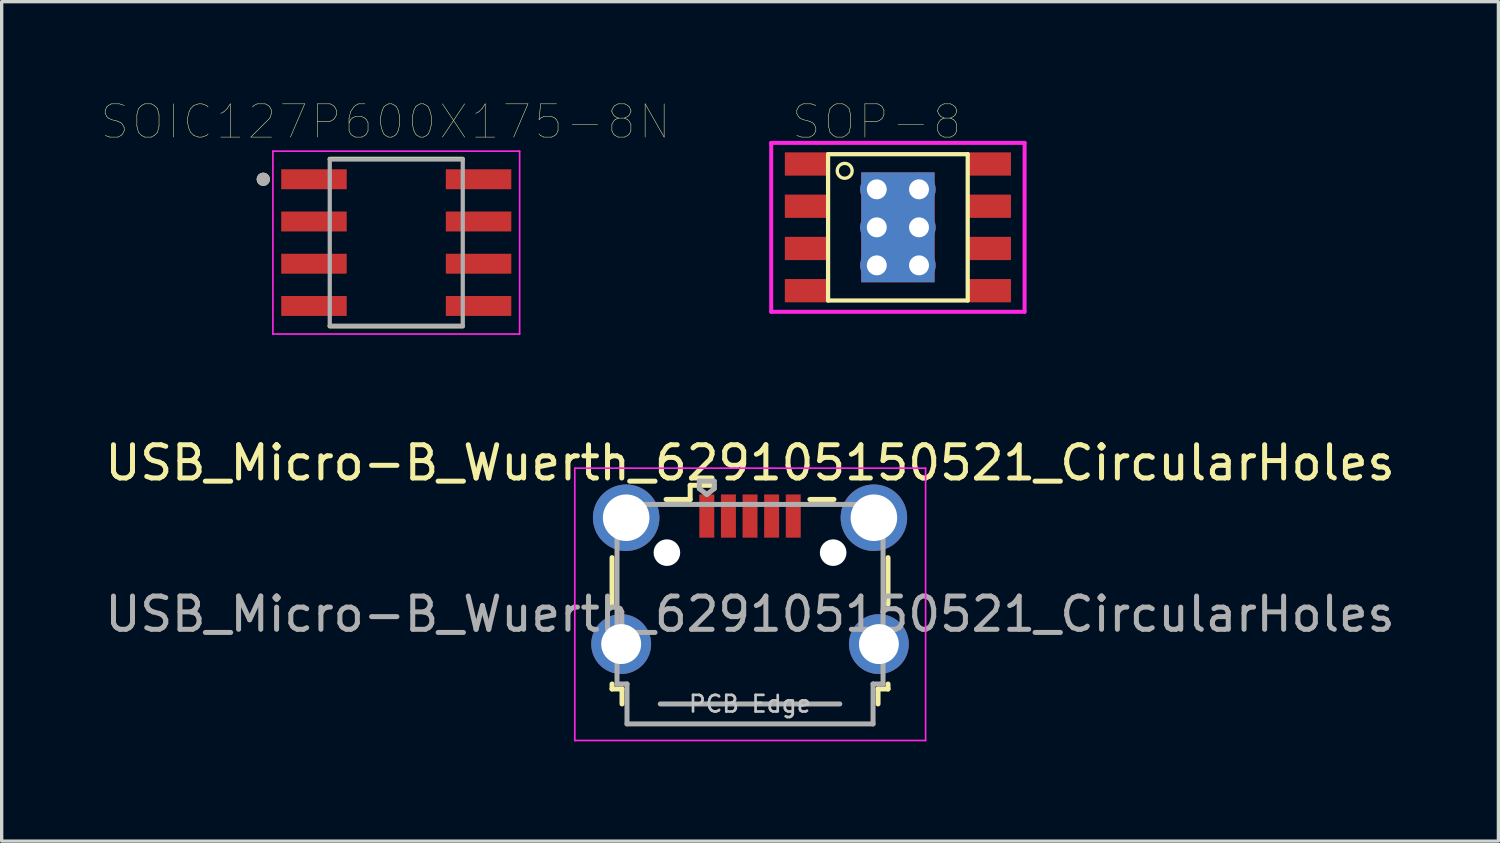
<source format=kicad_pcb>
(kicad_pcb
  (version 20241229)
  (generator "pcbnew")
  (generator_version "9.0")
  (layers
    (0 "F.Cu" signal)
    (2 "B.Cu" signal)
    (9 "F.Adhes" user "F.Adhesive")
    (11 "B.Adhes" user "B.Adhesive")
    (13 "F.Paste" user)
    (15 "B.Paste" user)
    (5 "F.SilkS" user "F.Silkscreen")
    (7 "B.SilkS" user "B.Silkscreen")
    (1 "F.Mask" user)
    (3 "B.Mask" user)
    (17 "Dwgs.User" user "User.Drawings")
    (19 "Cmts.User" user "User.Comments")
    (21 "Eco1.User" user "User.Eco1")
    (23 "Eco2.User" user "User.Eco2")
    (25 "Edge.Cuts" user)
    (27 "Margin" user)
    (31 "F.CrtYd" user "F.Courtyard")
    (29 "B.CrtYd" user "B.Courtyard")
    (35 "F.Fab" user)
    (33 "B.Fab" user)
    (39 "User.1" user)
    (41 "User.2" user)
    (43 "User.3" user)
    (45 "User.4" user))
  (footprint "SOIC127P600X175-8N"
    (layer "F.Cu")
    (at 8.867 4.246)
    (property "Reference" "SOIC127P600X175-8N" (at -0.325 -3.635 0) (layer "F.SilkS") (effects (font (size 1 1) (thickness 0.015))))
    (attr through_hole)
    (fp_line (start -2 -2.519) (end 2 -2.519) (stroke (width 0.127) (type solid)) (layer "F.SilkS"))
    (fp_line (start -2 2.519) (end 2 2.519) (stroke (width 0.127) (type solid)) (layer "F.SilkS"))
    (fp_circle (center -4 -1.905) (end -3.9 -1.905) (stroke (width 0.2) (type solid)) (fill no) (layer "F.SilkS"))
    (fp_line (start -3.71 -2.75) (end -3.71 2.75) (stroke (width 0.05) (type solid)) (layer "F.CrtYd"))
    (fp_line (start -3.71 -2.75) (end 3.71 -2.75) (stroke (width 0.05) (type solid)) (layer "F.CrtYd"))
    (fp_line (start -3.71 2.75) (end 3.71 2.75) (stroke (width 0.05) (type solid)) (layer "F.CrtYd"))
    (fp_line (start 3.71 -2.75) (end 3.71 2.75) (stroke (width 0.05) (type solid)) (layer "F.CrtYd"))
    (fp_line (start -2 -2.5) (end -2 2.5) (stroke (width 0.127) (type solid)) (layer "F.Fab"))
    (fp_line (start -2 -2.5) (end 2 -2.5) (stroke (width 0.127) (type solid)) (layer "F.Fab"))
    (fp_line (start -2 2.5) (end 2 2.5) (stroke (width 0.127) (type solid)) (layer "F.Fab"))
    (fp_line (start 2 -2.5) (end 2 2.5) (stroke (width 0.127) (type solid)) (layer "F.Fab"))
    (fp_circle (center -4 -1.905) (end -3.9 -1.905) (stroke (width 0.2) (type solid)) (fill no) (layer "F.Fab"))
    (pad "1" smd rect (at -2.475 -1.905) (size 1.97 0.6) (layers "F.Cu" "F.Mask" "F.Paste"))
    (pad "2" smd rect (at -2.475 -0.635) (size 1.97 0.6) (layers "F.Cu" "F.Mask" "F.Paste"))
    (pad "3" smd rect (at -2.475 0.635) (size 1.97 0.6) (layers "F.Cu" "F.Mask" "F.Paste"))
    (pad "4" smd rect (at -2.475 1.905) (size 1.97 0.6) (layers "F.Cu" "F.Mask" "F.Paste"))
    (pad "5" smd rect (at 2.475 1.905) (size 1.97 0.6) (layers "F.Cu" "F.Mask" "F.Paste"))
    (pad "6" smd rect (at 2.475 0.635) (size 1.97 0.6) (layers "F.Cu" "F.Mask" "F.Paste"))
    (pad "7" smd rect (at 2.475 -0.635) (size 1.97 0.6) (layers "F.Cu" "F.Mask" "F.Paste"))
    (pad "8" smd rect (at 2.475 -1.905) (size 1.97 0.6) (layers "F.Cu" "F.Mask" "F.Paste")))
  (footprint "USB_Micro-B_Wuerth_629105150521_CircularHoles"
    (layer "F.Cu")
    (at 19.506 14.37)
    (property "Reference" "USB_Micro-B_Wuerth_629105150521_CircularHoles" (at 0 -3.5 0) (layer "F.SilkS") (effects (font (size 1 1) (thickness 0.15))))
    (attr smd)
    (fp_line (start -4.15 -0.65) (end -4.15 0.75) (stroke (width 0.15) (type solid)) (layer "F.SilkS"))
    (fp_line (start -4.15 3.15) (end -4.15 3.3) (stroke (width 0.15) (type solid)) (layer "F.SilkS"))
    (fp_line (start -4.15 3.3) (end -3.85 3.3) (stroke (width 0.15) (type solid)) (layer "F.SilkS"))
    (fp_line (start -3.85 3.3) (end -3.85 3.75) (stroke (width 0.15) (type solid)) (layer "F.SilkS"))
    (fp_line (start -1.8 -2.825) (end -1.8 -2.4) (stroke (width 0.15) (type solid)) (layer "F.SilkS"))
    (fp_line (start -1.8 -2.4) (end -2.525 -2.4) (stroke (width 0.15) (type solid)) (layer "F.SilkS"))
    (fp_line (start -1.075 -2.825) (end -1.8 -2.825) (stroke (width 0.15) (type solid)) (layer "F.SilkS"))
    (fp_line (start 1.8 -2.4) (end 2.525 -2.4) (stroke (width 0.15) (type solid)) (layer "F.SilkS"))
    (fp_line (start 3.85 3.3) (end 4.15 3.3) (stroke (width 0.15) (type solid)) (layer "F.SilkS"))
    (fp_line (start 3.85 3.75) (end 3.85 3.3) (stroke (width 0.15) (type solid)) (layer "F.SilkS"))
    (fp_line (start 4.15 0.75) (end 4.15 -0.65) (stroke (width 0.15) (type solid)) (layer "F.SilkS"))
    (fp_line (start 4.15 3.3) (end 4.15 3.15) (stroke (width 0.15) (type solid)) (layer "F.SilkS"))
    (fp_line (start -5.27 -3.34) (end -5.27 4.85) (stroke (width 0.05) (type solid)) (layer "F.CrtYd"))
    (fp_line (start -5.27 4.85) (end 5.28 4.85) (stroke (width 0.05) (type solid)) (layer "F.CrtYd"))
    (fp_line (start 5.28 -3.34) (end -5.27 -3.34) (stroke (width 0.05) (type solid)) (layer "F.CrtYd"))
    (fp_line (start 5.28 4.85) (end 5.28 -3.34) (stroke (width 0.05) (type solid)) (layer "F.CrtYd"))
    (fp_line (start -4 -2.25) (end -4 3.15) (stroke (width 0.15) (type solid)) (layer "F.Fab"))
    (fp_line (start -4 3.15) (end -3.7 3.15) (stroke (width 0.15) (type solid)) (layer "F.Fab"))
    (fp_line (start -3.7 3.15) (end -3.7 4.35) (stroke (width 0.15) (type solid)) (layer "F.Fab"))
    (fp_line (start -3.7 4.35) (end 3.7 4.35) (stroke (width 0.15) (type solid)) (layer "F.Fab"))
    (fp_line (start -2.7 3.75) (end 2.7 3.75) (stroke (width 0.15) (type solid)) (layer "F.Fab"))
    (fp_line (start -1.525 -2.95) (end -1.075 -2.95) (stroke (width 0.15) (type solid)) (layer "F.Fab"))
    (fp_line (start -1.525 -2.725) (end -1.525 -2.95) (stroke (width 0.15) (type solid)) (layer "F.Fab"))
    (fp_line (start -1.3 -2.55) (end -1.525 -2.725) (stroke (width 0.15) (type solid)) (layer "F.Fab"))
    (fp_line (start -1.075 -2.95) (end -1.075 -2.725) (stroke (width 0.15) (type solid)) (layer "F.Fab"))
    (fp_line (start -1.075 -2.725) (end -1.3 -2.55) (stroke (width 0.15) (type solid)) (layer "F.Fab"))
    (fp_line (start 3.7 3.15) (end 4 3.15) (stroke (width 0.15) (type solid)) (layer "F.Fab"))
    (fp_line (start 3.7 4.35) (end 3.7 3.15) (stroke (width 0.15) (type solid)) (layer "F.Fab"))
    (fp_line (start 4 -2.25) (end -4 -2.25) (stroke (width 0.15) (type solid)) (layer "F.Fab"))
    (fp_line (start 4 3.15) (end 4 -2.25) (stroke (width 0.15) (type solid)) (layer "F.Fab"))
    (fp_text user "PCB Edge" (at 0 3.75 0) (layer "Dwgs.User") (effects (font (size 0.5 0.5) (thickness 0.08))))
    (fp_text user "${REFERENCE}" (at 0 1.05 0) (layer "F.Fab") (effects (font (size 1 1) (thickness 0.15))))
    (pad "" np_thru_hole circle (at -2.5 -0.8) (size 0.8 0.8) (drill 0.8) (layers "*.Cu" "*.Mask"))
    (pad "" np_thru_hole circle (at 2.5 -0.8) (size 0.8 0.8) (drill 0.8) (layers "*.Cu" "*.Mask"))
    (pad "1" smd rect (at -1.3 -1.9) (size 0.45 1.3) (layers "F.Cu" "F.Mask" "F.Paste"))
    (pad "2" smd rect (at -0.65 -1.9) (size 0.45 1.3) (layers "F.Cu" "F.Mask" "F.Paste"))
    (pad "3" smd rect (at 0 -1.9) (size 0.45 1.3) (layers "F.Cu" "F.Mask" "F.Paste"))
    (pad "4" smd rect (at 0.65 -1.9) (size 0.45 1.3) (layers "F.Cu" "F.Mask" "F.Paste"))
    (pad "5" smd rect (at 1.3 -1.9) (size 0.45 1.3) (layers "F.Cu" "F.Mask" "F.Paste"))
    (pad "6" thru_hole circle (at -3.875 1.95) (size 1.8 1.8) (drill 1.2) (layers "*.Cu" "*.Mask"))
    (pad "6" thru_hole circle (at -3.725 -1.85) (size 2 2) (drill 1.4) (layers "*.Cu" "*.Mask"))
    (pad "6" thru_hole circle (at 3.725 -1.85) (size 2 2) (drill 1.4) (layers "*.Cu" "*.Mask"))
    (pad "6" thru_hole circle (at 3.875 1.95) (size 1.8 1.8) (drill 1.2) (layers "*.Cu" "*.Mask")))
  (footprint "SOP-8"
    (layer "F.Cu")
    (at 23.953 3.787)
    (property "Reference" "SOP-8" (at -0.635 -3.176 0) (layer "F.SilkS") (effects (font (size 1 1) (thickness 0.015))))
    (attr smd)
    (fp_line (start -2.1 -2.2) (end -2.1 2.2) (stroke (width 0.127) (type solid)) (layer "F.SilkS"))
    (fp_line (start -2.1 2.2) (end 2.1 2.2) (stroke (width 0.127) (type solid)) (layer "F.SilkS"))
    (fp_line (start 2.1 -2.2) (end -2.1 -2.2) (stroke (width 0.127) (type solid)) (layer "F.SilkS"))
    (fp_line (start 2.1 2.2) (end 2.1 -2.2) (stroke (width 0.127) (type solid)) (layer "F.SilkS"))
    (fp_circle (center -1.6 -1.7) (end -1.376 -1.7) (stroke (width 0.1) (type solid)) (fill no) (layer "F.SilkS"))
    (fp_line (start -3.81 -2.54) (end -3.81 2.54) (stroke (width 0.12) (type solid)) (layer "F.CrtYd"))
    (fp_line (start -3.81 2.54) (end 3.81 2.54) (stroke (width 0.12) (type solid)) (layer "F.CrtYd"))
    (fp_line (start 3.81 -2.54) (end -3.81 -2.54) (stroke (width 0.12) (type solid)) (layer "F.CrtYd"))
    (fp_line (start 3.81 2.54) (end 3.81 -2.54) (stroke (width 0.12) (type solid)) (layer "F.CrtYd"))
    (pad "1" smd rect (at -2.75 -1.905) (size 1.3 0.7) (layers "F.Cu" "F.Mask" "F.Paste"))
    (pad "1" thru_hole circle (at -0.635 -1.143) (size 1 1) (drill 0.6) (layers "*.Cu" "*.Mask"))
    (pad "1" thru_hole circle (at -0.635 0) (size 1 1) (drill 0.6) (layers "*.Cu" "*.Mask"))
    (pad "1" thru_hole circle (at -0.635 1.143) (size 1 1) (drill 0.6) (layers "*.Cu" "*.Mask"))
    (pad "1" smd rect (at 0 0) (size 2.2 3.3) (layers "F.Cu" "F.Mask" "F.Paste"))
    (pad "1" smd rect (at 0 0) (size 2.2 3.3) (layers "F.Cu" "F.Mask" "F.Paste"))
    (pad "1" smd rect (at 0 0) (size 2.2 3.3) (layers "B.Cu" "B.Mask" "B.Paste"))
    (pad "1" thru_hole circle (at 0.635 -1.143) (size 1 1) (drill 0.6) (layers "*.Cu" "*.Mask"))
    (pad "1" thru_hole circle (at 0.635 0) (size 1 1) (drill 0.6) (layers "*.Cu" "*.Mask"))
    (pad "1" thru_hole circle (at 0.635 1.143) (size 1 1) (drill 0.6) (layers "*.Cu" "*.Mask"))
    (pad "2" smd rect (at -2.75 -0.635) (size 1.3 0.7) (layers "F.Cu" "F.Mask" "F.Paste"))
    (pad "3" smd rect (at -2.75 0.635) (size 1.3 0.7) (layers "F.Cu" "F.Mask" "F.Paste"))
    (pad "4" smd rect (at -2.75 1.905) (size 1.3 0.7) (layers "F.Cu" "F.Mask" "F.Paste"))
    (pad "5" smd rect (at 2.75 1.905) (size 1.3 0.7) (layers "F.Cu" "F.Mask" "F.Paste"))
    (pad "6" smd rect (at 2.75 0.635) (size 1.3 0.7) (layers "F.Cu" "F.Mask" "F.Paste"))
    (pad "7" smd rect (at 2.75 -0.635) (size 1.3 0.7) (layers "F.Cu" "F.Mask" "F.Paste"))
    (pad "8" smd rect (at 2.75 -1.905) (size 1.3 0.7) (layers "F.Cu" "F.Mask" "F.Paste")))
  (gr_rect
    (start -3 -3)
    (end 42.012 22.245)
    (stroke (width 0.1) (type default))
    (fill no)
    (layer "Edge.Cuts")))
</source>
